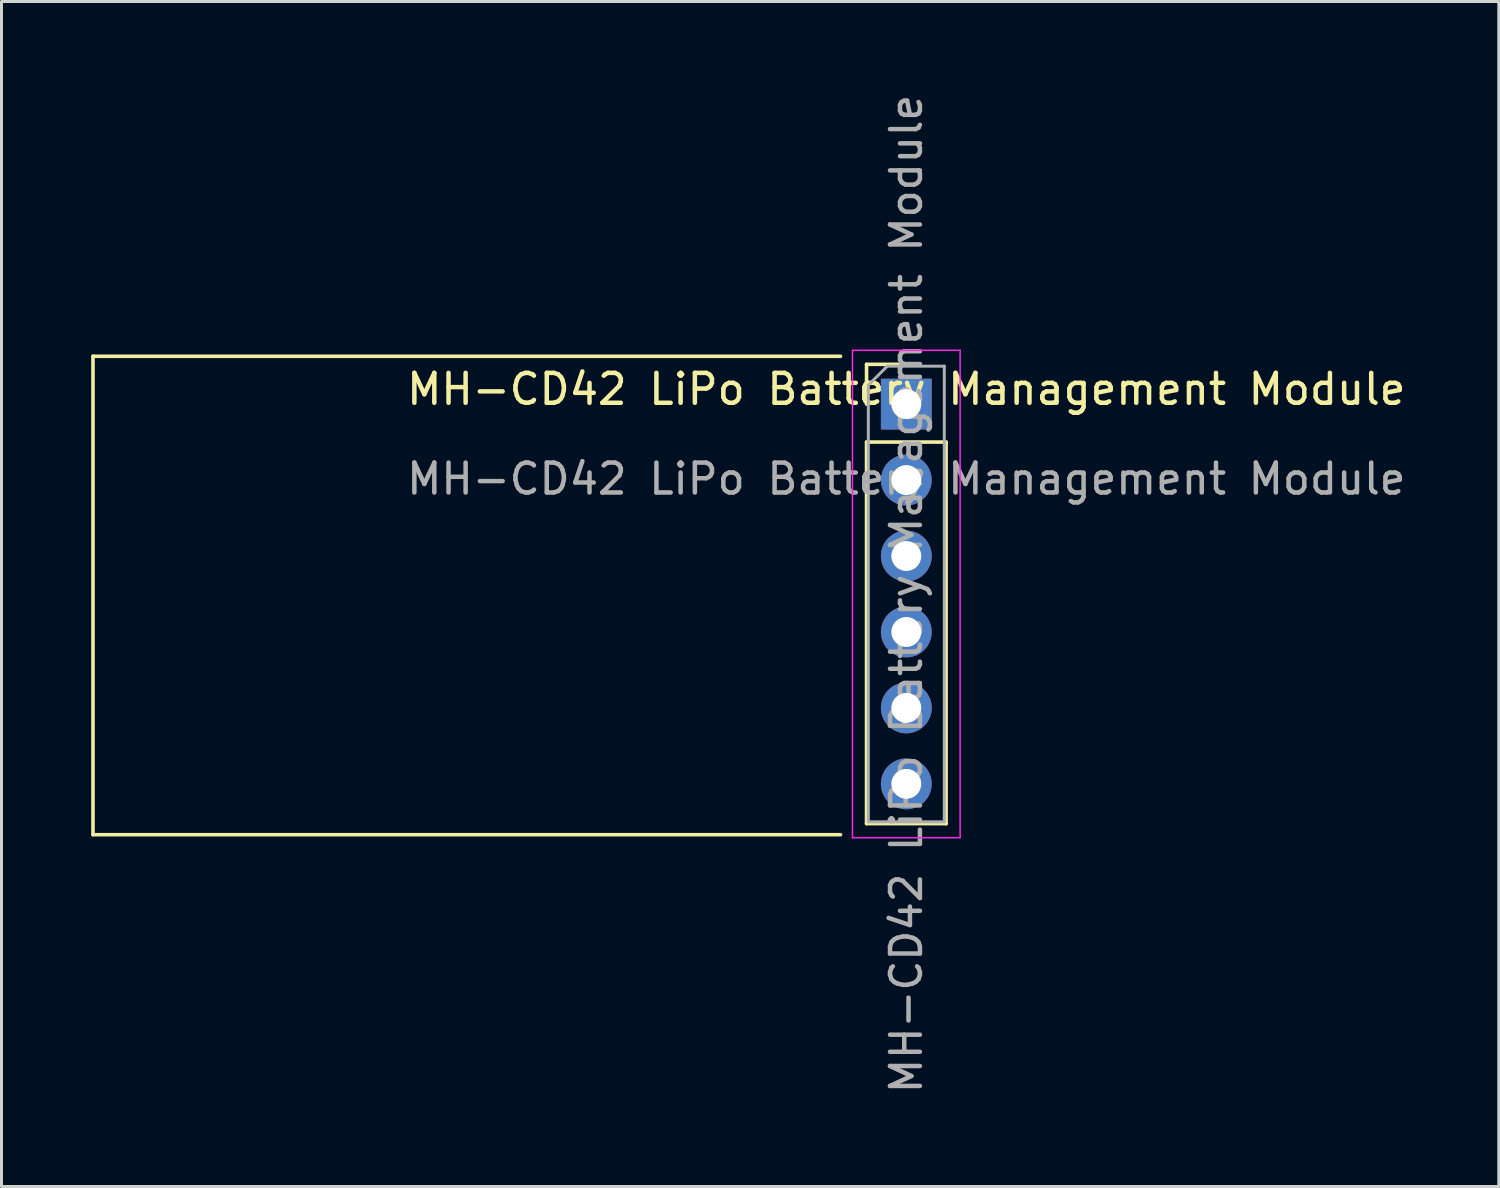
<source format=kicad_pcb>
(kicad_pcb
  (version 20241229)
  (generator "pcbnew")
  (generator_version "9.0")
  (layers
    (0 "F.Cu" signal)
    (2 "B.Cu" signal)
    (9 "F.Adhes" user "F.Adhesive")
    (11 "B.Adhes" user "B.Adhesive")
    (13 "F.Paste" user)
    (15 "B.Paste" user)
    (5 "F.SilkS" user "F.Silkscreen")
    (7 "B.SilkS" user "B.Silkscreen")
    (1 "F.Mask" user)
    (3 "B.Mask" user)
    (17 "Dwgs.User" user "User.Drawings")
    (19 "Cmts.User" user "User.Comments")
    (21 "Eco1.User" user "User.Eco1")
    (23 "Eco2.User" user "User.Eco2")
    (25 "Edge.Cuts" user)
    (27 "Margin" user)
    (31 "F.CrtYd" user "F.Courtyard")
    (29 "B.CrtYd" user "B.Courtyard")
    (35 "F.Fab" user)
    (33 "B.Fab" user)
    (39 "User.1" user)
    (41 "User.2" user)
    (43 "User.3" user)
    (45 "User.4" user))
  (footprint "MH-CD42 LiPo Battery Management Module"
    (layer "F.Cu")
    (at 27.26 10.465)
    (property "Reference" "MH-CD42 LiPo Battery Management Module" (at 0 -0.5 0) (unlocked yes) (layer "F.SilkS") (effects (font (size 1 1) (thickness 0.15))))
    (attr through_hole)
    (fp_line (start -27.2 -1.6) (end -27.2 14.4) (stroke (width 0.12) (type solid)) (layer "F.SilkS"))
    (fp_line (start -27.2 14.4) (end -2.2 14.4) (stroke (width 0.12) (type solid)) (layer "F.SilkS"))
    (fp_line (start -2.2 -1.6) (end -27.2 -1.6) (stroke (width 0.12) (type solid)) (layer "F.SilkS"))
    (fp_line (start -1.33 -1.33) (end 0 -1.33) (stroke (width 0.12) (type solid)) (layer "F.SilkS"))
    (fp_line (start -1.33 0) (end -1.33 -1.33) (stroke (width 0.12) (type solid)) (layer "F.SilkS"))
    (fp_line (start -1.33 1.27) (end -1.33 14.03) (stroke (width 0.12) (type solid)) (layer "F.SilkS"))
    (fp_line (start -1.33 1.27) (end 1.33 1.27) (stroke (width 0.12) (type solid)) (layer "F.SilkS"))
    (fp_line (start -1.33 14.03) (end 1.33 14.03) (stroke (width 0.12) (type solid)) (layer "F.SilkS"))
    (fp_line (start 1.33 1.27) (end 1.33 14.03) (stroke (width 0.12) (type solid)) (layer "F.SilkS"))
    (fp_line (start -1.8 -1.8) (end -1.8 14.5) (stroke (width 0.05) (type solid)) (layer "F.CrtYd"))
    (fp_line (start -1.8 14.5) (end 1.8 14.5) (stroke (width 0.05) (type solid)) (layer "F.CrtYd"))
    (fp_line (start 1.8 -1.8) (end -1.8 -1.8) (stroke (width 0.05) (type solid)) (layer "F.CrtYd"))
    (fp_line (start 1.8 14.5) (end 1.8 -1.8) (stroke (width 0.05) (type solid)) (layer "F.CrtYd"))
    (fp_line (start -1.27 -0.635) (end -0.635 -1.27) (stroke (width 0.1) (type solid)) (layer "F.Fab"))
    (fp_line (start -1.27 13.97) (end -1.27 -0.635) (stroke (width 0.1) (type solid)) (layer "F.Fab"))
    (fp_line (start -0.635 -1.27) (end 1.27 -1.27) (stroke (width 0.1) (type solid)) (layer "F.Fab"))
    (fp_line (start 1.27 -1.27) (end 1.27 13.97) (stroke (width 0.1) (type solid)) (layer "F.Fab"))
    (fp_line (start 1.27 13.97) (end -1.27 13.97) (stroke (width 0.1) (type solid)) (layer "F.Fab"))
    (fp_text user "${REFERENCE}" (at 0 2.5 0) (unlocked yes) (layer "F.Fab") (effects (font (size 1 1) (thickness 0.15))))
    (fp_text user "${REFERENCE}" (at 0 6.35 90) (layer "F.Fab") (effects (font (size 1 1) (thickness 0.15))))
    (pad "1" thru_hole rect (at 0 0) (size 1.7 1.7) (drill 1) (layers "*.Cu" "*.Mask"))
    (pad "2" thru_hole oval (at 0 2.54) (size 1.7 1.7) (drill 1) (layers "*.Cu" "*.Mask"))
    (pad "3" thru_hole oval (at 0 5.08) (size 1.7 1.7) (drill 1) (layers "*.Cu" "*.Mask"))
    (pad "4" thru_hole oval (at 0 7.62) (size 1.7 1.7) (drill 1) (layers "*.Cu" "*.Mask"))
    (pad "5" thru_hole oval (at 0 10.16) (size 1.7 1.7) (drill 1) (layers "*.Cu" "*.Mask"))
    (pad "6" thru_hole oval (at 0 12.7) (size 1.7 1.7) (drill 1) (layers "*.Cu" "*.Mask")))
  (gr_rect
    (start -3 -3)
    (end 47.075 36.631)
    (stroke (width 0.1) (type default))
    (fill no)
    (layer "Edge.Cuts")))
</source>
